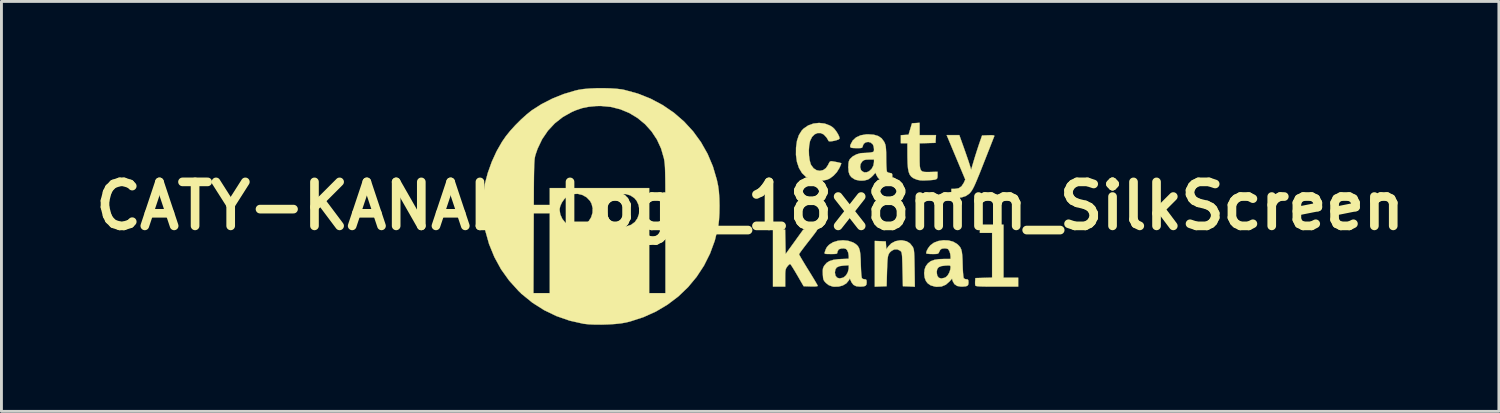
<source format=kicad_pcb>
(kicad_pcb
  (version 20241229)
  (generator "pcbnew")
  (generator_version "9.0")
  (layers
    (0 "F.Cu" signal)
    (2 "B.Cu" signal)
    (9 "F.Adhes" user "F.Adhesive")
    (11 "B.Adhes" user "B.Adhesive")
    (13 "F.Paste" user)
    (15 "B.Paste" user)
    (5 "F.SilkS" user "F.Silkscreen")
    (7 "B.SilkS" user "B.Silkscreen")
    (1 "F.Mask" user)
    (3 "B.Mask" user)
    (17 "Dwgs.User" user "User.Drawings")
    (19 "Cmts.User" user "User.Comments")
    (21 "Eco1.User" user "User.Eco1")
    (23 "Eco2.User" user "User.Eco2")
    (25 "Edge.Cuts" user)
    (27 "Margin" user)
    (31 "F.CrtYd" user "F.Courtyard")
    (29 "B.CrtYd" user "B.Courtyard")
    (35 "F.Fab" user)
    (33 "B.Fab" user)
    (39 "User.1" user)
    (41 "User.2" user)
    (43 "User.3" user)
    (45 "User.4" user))
  (footprint "CATY-KANAL-Logo_18x8mm_SilkScreen"
    (layer "F.Cu")
    (at 22.94 4.086)
    (property "Reference" "CATY-KANAL-Logo_18x8mm_SilkScreen" (at 0 0 0) (layer "F.SilkS") (effects (font (size 1.524 1.524) (thickness 0.3))))
    (attr through_hole)
    (fp_poly (pts (xy 8.777 2.484) (xy 9.285 2.484) (xy 9.285 2.794) (xy 8.55 2.794) (xy 8.321 2.794) (xy 8.143 2.792) (xy 8.009 2.789) (xy 7.913 2.784) (xy 7.851 2.777) (xy 7.815 2.767) (xy 7.801 2.755) (xy 7.801 2.755) (xy 7.793 2.702) (xy 7.793 2.623) (xy 7.795 2.606) (xy 7.803 2.498) (xy 8.093 2.49) (xy 8.382 2.482) (xy 8.382 0.931) (xy 7.959 0.931) (xy 7.959 0.649) (xy 8.777 0.649) (xy 8.777 2.484)) (stroke (width 0.01) (type solid)) (fill yes) (layer "F.SilkS"))
    (fp_poly (pts (xy 5.87 -2.455) (xy 6.438 -2.455) (xy 6.429 -2.321) (xy 6.421 -2.187) (xy 6.145 -2.179) (xy 5.87 -2.171) (xy 5.87 -1.725) (xy 5.871 -1.535) (xy 5.876 -1.394) (xy 5.891 -1.295) (xy 5.92 -1.231) (xy 5.968 -1.195) (xy 6.041 -1.179) (xy 6.142 -1.176) (xy 6.24 -1.178) (xy 6.491 -1.185) (xy 6.491 -1.061) (xy 6.489 -0.998) (xy 6.477 -0.954) (xy 6.446 -0.926) (xy 6.386 -0.909) (xy 6.288 -0.898) (xy 6.144 -0.889) (xy 6 -0.883) (xy 5.893 -0.888) (xy 5.803 -0.905) (xy 5.746 -0.924) (xy 5.654 -0.964) (xy 5.583 -1.015) (xy 5.53 -1.083) (xy 5.493 -1.177) (xy 5.468 -1.303) (xy 5.455 -1.469) (xy 5.449 -1.681) (xy 5.448 -1.771) (xy 5.447 -2.173) (xy 5.221 -2.173) (xy 5.221 -2.452) (xy 5.354 -2.461) (xy 5.488 -2.469) (xy 5.606 -2.865) (xy 5.738 -2.873) (xy 5.87 -2.882) (xy 5.87 -2.455)) (stroke (width 0.01) (type solid)) (fill yes) (layer "F.SilkS"))
    (fp_poly (pts (xy 5.266 1.191) (xy 5.418 1.223) (xy 5.534 1.293) (xy 5.627 1.408) (xy 5.63 1.414) (xy 5.649 1.45) (xy 5.663 1.491) (xy 5.674 1.547) (xy 5.681 1.624) (xy 5.687 1.731) (xy 5.691 1.875) (xy 5.694 2.065) (xy 5.696 2.153) (xy 5.705 2.797) (xy 5.498 2.788) (xy 5.292 2.78) (xy 5.278 2.192) (xy 5.273 1.995) (xy 5.268 1.847) (xy 5.263 1.74) (xy 5.255 1.666) (xy 5.246 1.617) (xy 5.232 1.586) (xy 5.214 1.564) (xy 5.197 1.55) (xy 5.098 1.503) (xy 4.991 1.507) (xy 4.9 1.554) (xy 4.852 1.596) (xy 4.816 1.639) (xy 4.789 1.693) (xy 4.771 1.766) (xy 4.758 1.868) (xy 4.75 2.006) (xy 4.743 2.189) (xy 4.741 2.258) (xy 4.727 2.78) (xy 4.523 2.788) (xy 4.318 2.796) (xy 4.318 1.211) (xy 4.508 1.219) (xy 4.699 1.228) (xy 4.708 1.366) (xy 4.717 1.504) (xy 4.784 1.404) (xy 4.892 1.293) (xy 5.034 1.22) (xy 5.196 1.19) (xy 5.266 1.191)) (stroke (width 0.01) (type solid)) (fill yes) (layer "F.SilkS"))
    (fp_poly (pts (xy 7.405 -2.011) (xy 7.462 -1.849) (xy 7.516 -1.693) (xy 7.563 -1.556) (xy 7.597 -1.451) (xy 7.61 -1.411) (xy 7.655 -1.256) (xy 7.747 -1.566) (xy 7.797 -1.731) (xy 7.855 -1.913) (xy 7.911 -2.085) (xy 7.936 -2.159) (xy 8.034 -2.441) (xy 8.254 -2.45) (xy 8.367 -2.452) (xy 8.433 -2.447) (xy 8.459 -2.435) (xy 8.459 -2.421) (xy 8.445 -2.387) (xy 8.413 -2.306) (xy 8.366 -2.187) (xy 8.307 -2.035) (xy 8.237 -1.858) (xy 8.16 -1.662) (xy 8.128 -1.582) (xy 8.025 -1.319) (xy 7.939 -1.103) (xy 7.867 -0.929) (xy 7.809 -0.791) (xy 7.76 -0.683) (xy 7.718 -0.601) (xy 7.681 -0.537) (xy 7.645 -0.488) (xy 7.61 -0.446) (xy 7.592 -0.428) (xy 7.476 -0.347) (xy 7.328 -0.298) (xy 7.165 -0.282) (xy 7.02 -0.302) (xy 6.989 -0.323) (xy 6.974 -0.375) (xy 6.971 -0.454) (xy 6.971 -0.593) (xy 7.094 -0.593) (xy 7.222 -0.614) (xy 7.321 -0.681) (xy 7.398 -0.797) (xy 7.404 -0.809) (xy 7.452 -0.917) (xy 7.13 -1.686) (xy 6.808 -2.455) (xy 7.246 -2.455) (xy 7.405 -2.011)) (stroke (width 0.01) (type solid)) (fill yes) (layer "F.SilkS"))
    (fp_poly (pts (xy 1.22 1.242) (xy 1.228 1.666) (xy 1.534 1.242) (xy 1.84 0.818) (xy 2.077 0.818) (xy 2.185 0.821) (xy 2.267 0.827) (xy 2.31 0.836) (xy 2.314 0.84) (xy 2.297 0.868) (xy 2.251 0.932) (xy 2.18 1.026) (xy 2.091 1.141) (xy 2.003 1.253) (xy 1.903 1.382) (xy 1.816 1.496) (xy 1.749 1.587) (xy 1.706 1.649) (xy 1.693 1.673) (xy 1.708 1.704) (xy 1.748 1.776) (xy 1.809 1.88) (xy 1.888 2.011) (xy 1.979 2.16) (xy 2.018 2.222) (xy 2.113 2.376) (xy 2.197 2.514) (xy 2.266 2.63) (xy 2.315 2.715) (xy 2.34 2.763) (xy 2.342 2.77) (xy 2.316 2.781) (xy 2.245 2.788) (xy 2.141 2.789) (xy 2.097 2.788) (xy 1.852 2.78) (xy 1.632 2.399) (xy 1.555 2.268) (xy 1.486 2.155) (xy 1.431 2.069) (xy 1.395 2.019) (xy 1.386 2.009) (xy 1.354 2.024) (xy 1.306 2.072) (xy 1.287 2.097) (xy 1.254 2.144) (xy 1.233 2.19) (xy 1.221 2.25) (xy 1.215 2.337) (xy 1.214 2.464) (xy 1.214 2.493) (xy 1.214 2.794) (xy 0.79 2.794) (xy 0.79 0.818) (xy 1.212 0.818) (xy 1.22 1.242)) (stroke (width 0.01) (type solid)) (fill yes) (layer "F.SilkS"))
    (fp_poly (pts (xy 2.582 -2.855) (xy 2.764 -2.786) (xy 2.86 -2.725) (xy 2.923 -2.664) (xy 2.987 -2.58) (xy 3.043 -2.489) (xy 3.083 -2.405) (xy 3.098 -2.344) (xy 3.095 -2.331) (xy 3.063 -2.305) (xy 2.995 -2.28) (xy 2.909 -2.257) (xy 2.822 -2.242) (xy 2.753 -2.239) (xy 2.717 -2.249) (xy 2.716 -2.251) (xy 2.694 -2.294) (xy 2.654 -2.36) (xy 2.643 -2.376) (xy 2.549 -2.477) (xy 2.444 -2.526) (xy 2.335 -2.527) (xy 2.233 -2.482) (xy 2.144 -2.393) (xy 2.079 -2.262) (xy 2.071 -2.238) (xy 2.044 -2.094) (xy 2.033 -1.927) (xy 2.038 -1.753) (xy 2.059 -1.591) (xy 2.094 -1.459) (xy 2.112 -1.419) (xy 2.196 -1.306) (xy 2.3 -1.239) (xy 2.414 -1.218) (xy 2.525 -1.242) (xy 2.624 -1.31) (xy 2.7 -1.422) (xy 2.714 -1.455) (xy 2.753 -1.527) (xy 2.798 -1.552) (xy 2.848 -1.547) (xy 2.927 -1.534) (xy 3.016 -1.517) (xy 3.096 -1.499) (xy 3.147 -1.485) (xy 3.156 -1.481) (xy 3.15 -1.453) (xy 3.124 -1.39) (xy 3.091 -1.316) (xy 3.003 -1.173) (xy 2.886 -1.047) (xy 2.757 -0.952) (xy 2.658 -0.908) (xy 2.524 -0.883) (xy 2.368 -0.878) (xy 2.215 -0.89) (xy 2.106 -0.916) (xy 1.936 -1.006) (xy 1.797 -1.139) (xy 1.692 -1.314) (xy 1.621 -1.525) (xy 1.587 -1.77) (xy 1.589 -2.019) (xy 1.622 -2.258) (xy 1.687 -2.453) (xy 1.784 -2.61) (xy 1.847 -2.677) (xy 2.007 -2.788) (xy 2.191 -2.855) (xy 2.387 -2.877) (xy 2.582 -2.855)) (stroke (width 0.01) (type solid)) (fill yes) (layer "F.SilkS"))
    (fp_poly (pts (xy 6.87 1.195) (xy 7.032 1.237) (xy 7.165 1.314) (xy 7.169 1.317) (xy 7.231 1.375) (xy 7.278 1.433) (xy 7.311 1.503) (xy 7.334 1.593) (xy 7.348 1.713) (xy 7.357 1.873) (xy 7.361 2.018) (xy 7.366 2.174) (xy 7.374 2.311) (xy 7.384 2.419) (xy 7.394 2.487) (xy 7.401 2.505) (xy 7.45 2.533) (xy 7.496 2.54) (xy 7.54 2.547) (xy 7.559 2.579) (xy 7.564 2.65) (xy 7.557 2.717) (xy 7.531 2.76) (xy 7.475 2.783) (xy 7.379 2.792) (xy 7.301 2.794) (xy 7.171 2.771) (xy 7.075 2.706) (xy 7.016 2.602) (xy 7.012 2.587) (xy 6.994 2.516) (xy 6.908 2.614) (xy 6.777 2.729) (xy 6.629 2.79) (xy 6.461 2.8) (xy 6.399 2.792) (xy 6.256 2.752) (xy 6.152 2.681) (xy 6.09 2.601) (xy 6.045 2.483) (xy 6.029 2.341) (xy 6.033 2.302) (xy 6.463 2.302) (xy 6.482 2.416) (xy 6.536 2.487) (xy 6.619 2.513) (xy 6.728 2.49) (xy 6.771 2.471) (xy 6.839 2.41) (xy 6.896 2.314) (xy 6.934 2.203) (xy 6.943 2.127) (xy 6.94 2.088) (xy 6.924 2.067) (xy 6.882 2.06) (xy 6.801 2.063) (xy 6.761 2.065) (xy 6.623 2.083) (xy 6.533 2.12) (xy 6.482 2.182) (xy 6.464 2.275) (xy 6.463 2.302) (xy 6.033 2.302) (xy 6.043 2.2) (xy 6.084 2.088) (xy 6.16 1.987) (xy 6.255 1.914) (xy 6.38 1.867) (xy 6.543 1.842) (xy 6.724 1.835) (xy 6.943 1.834) (xy 6.943 1.752) (xy 6.931 1.656) (xy 6.902 1.565) (xy 6.862 1.501) (xy 6.849 1.49) (xy 6.798 1.474) (xy 6.731 1.468) (xy 6.64 1.48) (xy 6.584 1.521) (xy 6.55 1.588) (xy 6.532 1.627) (xy 6.506 1.65) (xy 6.459 1.661) (xy 6.377 1.665) (xy 6.308 1.665) (xy 6.207 1.662) (xy 6.132 1.653) (xy 6.097 1.641) (xy 6.096 1.639) (xy 6.115 1.559) (xy 6.166 1.462) (xy 6.238 1.369) (xy 6.245 1.361) (xy 6.368 1.271) (xy 6.523 1.213) (xy 6.696 1.187) (xy 6.87 1.195)) (stroke (width 0.01) (type solid)) (fill yes) (layer "F.SilkS"))
    (fp_poly (pts (xy 3.394 1.207) (xy 3.555 1.26) (xy 3.595 1.28) (xy 3.671 1.331) (xy 3.729 1.387) (xy 3.77 1.457) (xy 3.799 1.55) (xy 3.817 1.675) (xy 3.828 1.839) (xy 3.833 2.018) (xy 3.839 2.178) (xy 3.846 2.317) (xy 3.856 2.424) (xy 3.867 2.49) (xy 3.872 2.505) (xy 3.922 2.533) (xy 3.969 2.54) (xy 4.012 2.547) (xy 4.032 2.579) (xy 4.036 2.65) (xy 4.028 2.721) (xy 3.997 2.764) (xy 3.934 2.786) (xy 3.826 2.793) (xy 3.805 2.794) (xy 3.673 2.78) (xy 3.579 2.733) (xy 3.514 2.648) (xy 3.503 2.625) (xy 3.452 2.512) (xy 3.416 2.58) (xy 3.331 2.682) (xy 3.207 2.755) (xy 3.057 2.794) (xy 2.891 2.795) (xy 2.851 2.789) (xy 2.724 2.744) (xy 2.626 2.668) (xy 2.574 2.611) (xy 2.543 2.559) (xy 2.527 2.494) (xy 2.519 2.395) (xy 2.517 2.364) (xy 2.516 2.308) (xy 2.935 2.308) (xy 2.956 2.416) (xy 3.012 2.485) (xy 3.099 2.51) (xy 3.207 2.487) (xy 3.243 2.471) (xy 3.322 2.402) (xy 3.382 2.299) (xy 3.413 2.18) (xy 3.415 2.144) (xy 3.415 2.054) (xy 3.228 2.066) (xy 3.09 2.086) (xy 3 2.129) (xy 2.951 2.201) (xy 2.935 2.306) (xy 2.935 2.308) (xy 2.516 2.308) (xy 2.514 2.25) (xy 2.521 2.172) (xy 2.542 2.112) (xy 2.573 2.06) (xy 2.65 1.971) (xy 2.75 1.908) (xy 2.881 1.867) (xy 3.053 1.844) (xy 3.14 1.839) (xy 3.415 1.828) (xy 3.415 1.731) (xy 3.399 1.622) (xy 3.359 1.531) (xy 3.319 1.489) (xy 3.252 1.47) (xy 3.165 1.472) (xy 3.088 1.495) (xy 3.064 1.512) (xy 3.028 1.572) (xy 3.02 1.611) (xy 3.015 1.638) (xy 2.992 1.654) (xy 2.939 1.662) (xy 2.847 1.665) (xy 2.792 1.665) (xy 2.68 1.664) (xy 2.614 1.66) (xy 2.583 1.649) (xy 2.577 1.628) (xy 2.584 1.602) (xy 2.62 1.498) (xy 2.658 1.427) (xy 2.711 1.367) (xy 2.746 1.335) (xy 2.877 1.254) (xy 3.039 1.205) (xy 3.217 1.189) (xy 3.394 1.207)) (stroke (width 0.01) (type solid)) (fill yes) (layer "F.SilkS"))
    (fp_poly (pts (xy 4.282 -2.469) (xy 4.435 -2.424) (xy 4.553 -2.345) (xy 4.64 -2.227) (xy 4.66 -2.187) (xy 4.681 -2.132) (xy 4.696 -2.065) (xy 4.705 -1.977) (xy 4.711 -1.857) (xy 4.713 -1.693) (xy 4.713 -1.651) (xy 4.715 -1.5) (xy 4.72 -1.366) (xy 4.727 -1.262) (xy 4.736 -1.199) (xy 4.74 -1.186) (xy 4.786 -1.155) (xy 4.846 -1.142) (xy 4.897 -1.134) (xy 4.92 -1.105) (xy 4.925 -1.038) (xy 4.925 -1.029) (xy 4.92 -0.957) (xy 4.895 -0.92) (xy 4.835 -0.897) (xy 4.826 -0.895) (xy 4.708 -0.88) (xy 4.589 -0.89) (xy 4.492 -0.923) (xy 4.459 -0.945) (xy 4.41 -1.006) (xy 4.374 -1.073) (xy 4.341 -1.153) (xy 4.252 -1.052) (xy 4.177 -0.981) (xy 4.096 -0.925) (xy 4.072 -0.913) (xy 3.944 -0.881) (xy 3.799 -0.879) (xy 3.665 -0.905) (xy 3.613 -0.927) (xy 3.51 -0.995) (xy 3.446 -1.076) (xy 3.411 -1.184) (xy 3.401 -1.331) (xy 3.401 -1.341) (xy 3.401 -1.349) (xy 3.81 -1.349) (xy 3.837 -1.253) (xy 3.866 -1.214) (xy 3.947 -1.165) (xy 4.04 -1.168) (xy 4.123 -1.205) (xy 4.209 -1.286) (xy 4.269 -1.399) (xy 4.29 -1.521) (xy 4.29 -1.609) (xy 4.119 -1.609) (xy 4.016 -1.605) (xy 3.948 -1.589) (xy 3.897 -1.556) (xy 3.879 -1.539) (xy 3.824 -1.451) (xy 3.81 -1.349) (xy 3.401 -1.349) (xy 3.405 -1.462) (xy 3.418 -1.545) (xy 3.445 -1.607) (xy 3.459 -1.628) (xy 3.554 -1.718) (xy 3.683 -1.788) (xy 3.825 -1.829) (xy 3.897 -1.834) (xy 4.014 -1.839) (xy 4.136 -1.849) (xy 4.159 -1.852) (xy 4.238 -1.866) (xy 4.277 -1.886) (xy 4.289 -1.927) (xy 4.29 -1.973) (xy 4.278 -2.06) (xy 4.251 -2.132) (xy 4.248 -2.135) (xy 4.178 -2.196) (xy 4.092 -2.219) (xy 4.007 -2.206) (xy 3.938 -2.158) (xy 3.905 -2.089) (xy 3.893 -2.043) (xy 3.871 -2.017) (xy 3.826 -2.006) (xy 3.742 -2.004) (xy 3.71 -2.004) (xy 3.585 -2.006) (xy 3.508 -2.015) (xy 3.471 -2.037) (xy 3.464 -2.074) (xy 3.477 -2.126) (xy 3.553 -2.268) (xy 3.671 -2.376) (xy 3.828 -2.448) (xy 4.021 -2.481) (xy 4.086 -2.483) (xy 4.282 -2.469)) (stroke (width 0.01) (type solid)) (fill yes) (layer "F.SilkS"))
    (fp_poly (pts (xy -4.851 -4.075) (xy -4.632 -4.061) (xy -4.447 -4.039) (xy -4.374 -4.025) (xy -3.897 -3.895) (xy -3.448 -3.717) (xy -3.029 -3.494) (xy -2.642 -3.23) (xy -2.291 -2.926) (xy -1.978 -2.586) (xy -1.705 -2.211) (xy -1.475 -1.805) (xy -1.291 -1.37) (xy -1.155 -0.909) (xy -1.111 -0.701) (xy -1.084 -0.503) (xy -1.068 -0.266) (xy -1.062 -0.01) (xy -1.066 0.247) (xy -1.08 0.489) (xy -1.105 0.696) (xy -1.111 0.73) (xy -1.226 1.201) (xy -1.39 1.647) (xy -1.6 2.066) (xy -1.855 2.455) (xy -2.151 2.811) (xy -2.486 3.132) (xy -2.858 3.414) (xy -3.262 3.655) (xy -3.698 3.852) (xy -4.161 4.002) (xy -4.304 4.037) (xy -4.468 4.066) (xy -4.673 4.088) (xy -4.902 4.103) (xy -5.14 4.111) (xy -5.372 4.11) (xy -5.582 4.101) (xy -5.754 4.083) (xy -5.771 4.081) (xy -6.254 3.973) (xy -6.71 3.815) (xy -7.14 3.608) (xy -7.541 3.354) (xy -7.912 3.052) (xy -7.945 3.02) (xy -7.509 3.02) (xy -6.943 3.02) (xy -6.943 0.125) (xy -6.604 0.125) (xy -6.579 0.292) (xy -6.509 0.447) (xy -6.404 0.578) (xy -6.272 0.671) (xy -6.223 0.691) (xy -6.09 0.726) (xy -5.967 0.726) (xy -5.861 0.704) (xy -5.713 0.635) (xy -5.594 0.528) (xy -5.509 0.392) (xy -5.462 0.238) (xy -5.459 0.159) (xy -4.972 0.159) (xy -4.947 0.332) (xy -4.877 0.479) (xy -4.771 0.595) (xy -4.637 0.676) (xy -4.483 0.717) (xy -4.316 0.714) (xy -4.146 0.661) (xy -4.12 0.649) (xy -3.995 0.556) (xy -3.906 0.429) (xy -3.853 0.281) (xy -3.839 0.123) (xy -3.866 -0.035) (xy -3.933 -0.179) (xy -4.012 -0.274) (xy -4.15 -0.366) (xy -4.307 -0.413) (xy -4.472 -0.415) (xy -4.631 -0.374) (xy -4.772 -0.289) (xy -4.837 -0.224) (xy -4.917 -0.113) (xy -4.959 -0.001) (xy -4.972 0.135) (xy -4.972 0.159) (xy -5.459 0.159) (xy -5.456 0.078) (xy -5.495 -0.078) (xy -5.549 -0.176) (xy -5.667 -0.3) (xy -5.813 -0.382) (xy -5.974 -0.421) (xy -6.139 -0.413) (xy -6.296 -0.358) (xy -6.346 -0.327) (xy -6.439 -0.24) (xy -6.521 -0.124) (xy -6.579 0.002) (xy -6.604 0.117) (xy -6.604 0.125) (xy -6.943 0.125) (xy -6.943 -0.621) (xy -3.5 -0.621) (xy -3.5 3.02) (xy -2.935 3.02) (xy -2.935 0.811) (xy -2.936 0.403) (xy -2.936 0.047) (xy -2.937 -0.261) (xy -2.938 -0.525) (xy -2.939 -0.749) (xy -2.941 -0.937) (xy -2.944 -1.093) (xy -2.947 -1.222) (xy -2.951 -1.328) (xy -2.956 -1.414) (xy -2.963 -1.485) (xy -2.97 -1.545) (xy -2.978 -1.598) (xy -2.988 -1.649) (xy -2.989 -1.653) (xy -3.086 -1.99) (xy -3.23 -2.302) (xy -3.417 -2.584) (xy -3.642 -2.834) (xy -3.901 -3.047) (xy -4.188 -3.221) (xy -4.499 -3.35) (xy -4.829 -3.433) (xy -5.175 -3.465) (xy -5.348 -3.461) (xy -5.599 -3.436) (xy -5.82 -3.391) (xy -6.036 -3.318) (xy -6.176 -3.258) (xy -6.489 -3.083) (xy -6.767 -2.865) (xy -7.008 -2.607) (xy -7.208 -2.313) (xy -7.365 -1.984) (xy -7.428 -1.801) (xy -7.44 -1.764) (xy -7.45 -1.727) (xy -7.458 -1.687) (xy -7.466 -1.64) (xy -7.472 -1.583) (xy -7.477 -1.511) (xy -7.482 -1.42) (xy -7.485 -1.306) (xy -7.488 -1.166) (xy -7.491 -0.996) (xy -7.493 -0.791) (xy -7.495 -0.548) (xy -7.496 -0.263) (xy -7.498 0.069) (xy -7.499 0.451) (xy -7.5 0.713) (xy -7.509 3.02) (xy -7.945 3.02) (xy -8.024 2.945) (xy -8.351 2.583) (xy -8.631 2.192) (xy -8.862 1.77) (xy -9.046 1.319) (xy -9.181 0.84) (xy -9.192 0.79) (xy -9.217 0.63) (xy -9.234 0.429) (xy -9.244 0.201) (xy -9.246 -0.039) (xy -9.24 -0.275) (xy -9.227 -0.493) (xy -9.207 -0.678) (xy -9.192 -0.762) (xy -9.09 -1.146) (xy -8.953 -1.528) (xy -8.787 -1.892) (xy -8.597 -2.224) (xy -8.465 -2.415) (xy -8.315 -2.601) (xy -8.137 -2.797) (xy -7.945 -2.989) (xy -7.754 -3.162) (xy -7.578 -3.304) (xy -7.564 -3.314) (xy -7.226 -3.53) (xy -6.852 -3.721) (xy -6.458 -3.879) (xy -6.061 -3.997) (xy -5.941 -4.025) (xy -5.773 -4.051) (xy -5.565 -4.069) (xy -5.332 -4.079) (xy -5.089 -4.081) (xy -4.851 -4.075)) (stroke (width 0.01) (type solid)) (fill yes) (layer "F.SilkS")))
  (gr_rect
    (start -3 -3)
    (end 48.88 11.202)
    (stroke (width 0.1) (type default))
    (fill no)
    (layer "Edge.Cuts")))
</source>
